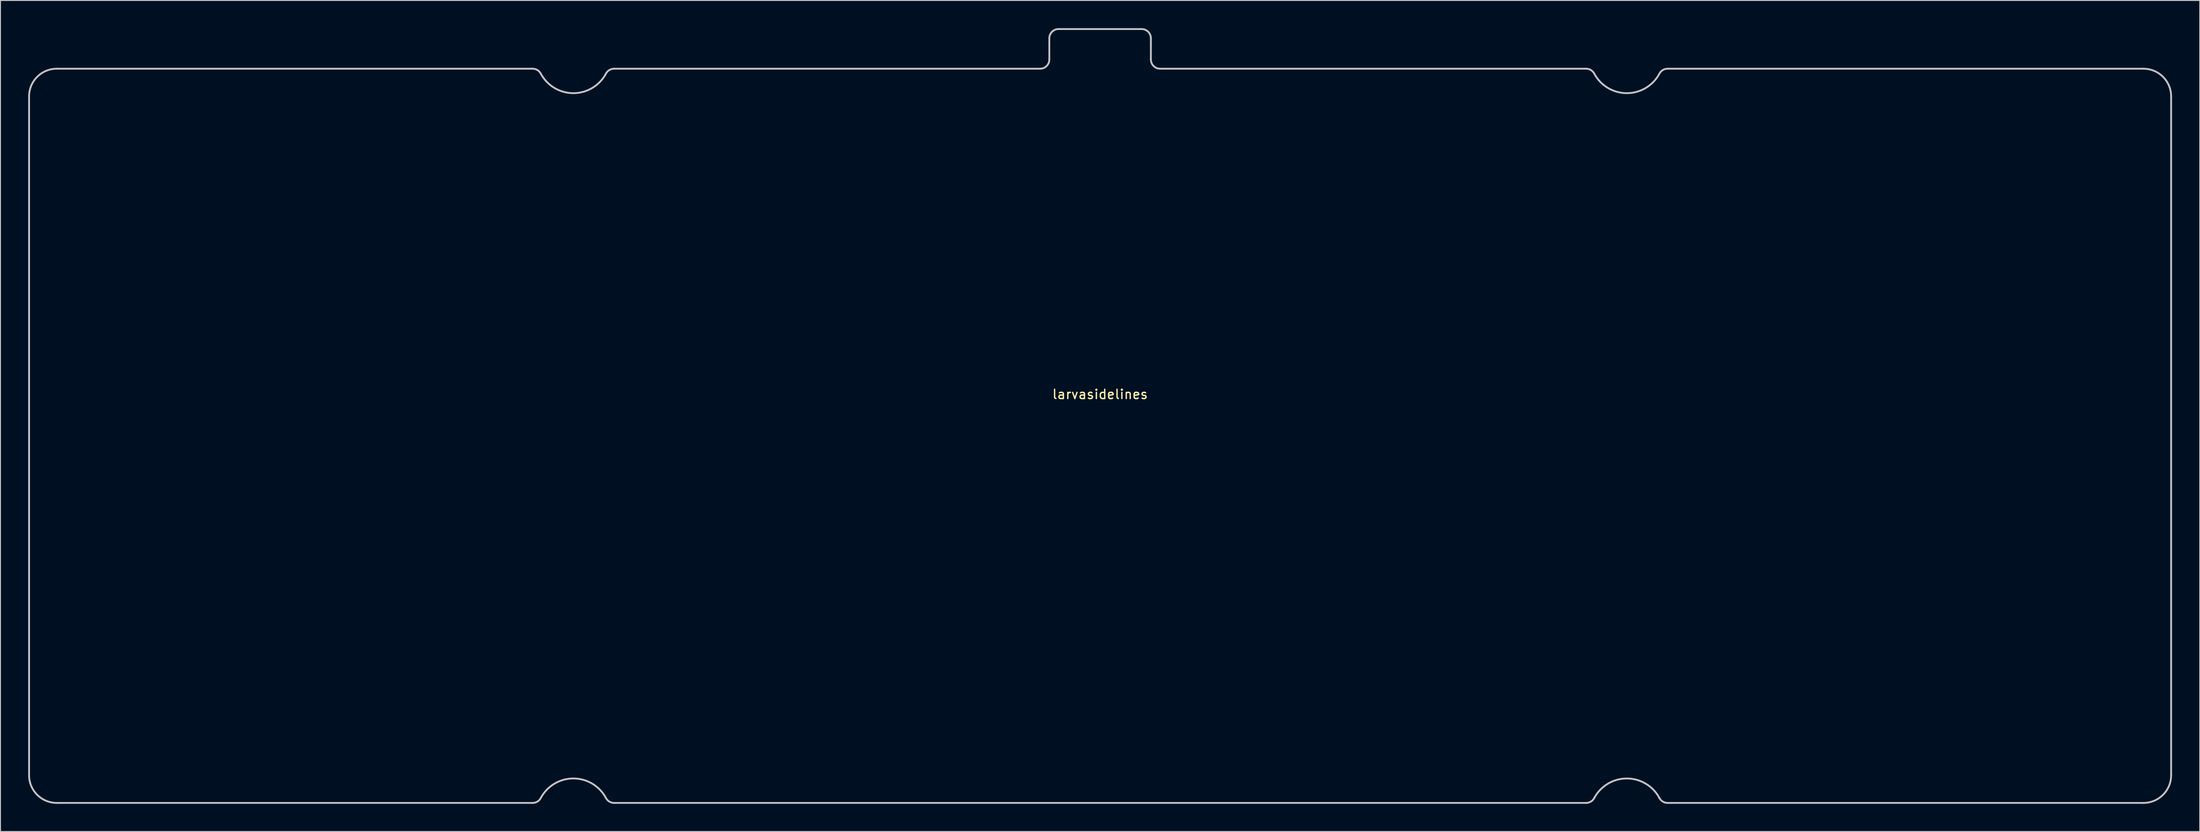
<source format=kicad_pcb>
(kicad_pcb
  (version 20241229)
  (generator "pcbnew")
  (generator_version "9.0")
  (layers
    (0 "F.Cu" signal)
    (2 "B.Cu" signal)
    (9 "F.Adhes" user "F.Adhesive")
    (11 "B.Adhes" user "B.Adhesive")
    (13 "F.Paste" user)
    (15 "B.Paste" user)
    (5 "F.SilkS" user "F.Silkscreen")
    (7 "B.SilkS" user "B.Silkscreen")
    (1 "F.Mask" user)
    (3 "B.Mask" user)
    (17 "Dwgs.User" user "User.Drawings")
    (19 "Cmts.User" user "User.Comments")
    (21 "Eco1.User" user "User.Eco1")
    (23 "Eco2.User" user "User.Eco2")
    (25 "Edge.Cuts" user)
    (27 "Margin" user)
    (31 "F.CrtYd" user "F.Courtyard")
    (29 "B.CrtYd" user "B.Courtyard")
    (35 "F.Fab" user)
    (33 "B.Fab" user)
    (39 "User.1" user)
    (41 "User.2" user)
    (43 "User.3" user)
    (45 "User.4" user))
  (footprint "larvasidelines"
    (layer "F.Cu")
    (at 116.1 44.2)
    (property "Reference" "larvasidelines" (at 0 -4.5 0) (layer "F.SilkS") (effects (font (size 1 1) (thickness 0.15))))
    (attr through_hole)
    (fp_line (start -114 36) (end -114 -36) (stroke (width 1) (type solid)) (layer "F.Mask"))
    (fp_line (start 114 -36) (end 114 36) (stroke (width 1) (type solid)) (layer "F.Mask"))
    (fp_arc (start -114 -36) (mid -113.531371 -37.131371) (end -112.4 -37.6) (stroke (width 1) (type solid)) (layer "F.Mask"))
    (fp_arc (start -112.4 37.6) (mid -113.531371 37.131371) (end -114 36) (stroke (width 1) (type solid)) (layer "F.Mask"))
    (fp_arc (start 112.4 -37.6) (mid 113.531371 -37.131371) (end 114 -36) (stroke (width 1) (type solid)) (layer "F.Mask"))
    (fp_arc (start 114 36) (mid 113.531371 37.131371) (end 112.4 37.6) (stroke (width 1) (type solid)) (layer "F.Mask"))
    (fp_line (start -116 36.8) (end -116 -36.8) (stroke (width 0.2) (type solid)) (layer "Dwgs.User"))
    (fp_line (start -113 -39.8) (end -61.463 -39.8) (stroke (width 0.2) (type solid)) (layer "Dwgs.User"))
    (fp_line (start -61.463 39.8) (end -113 39.8) (stroke (width 0.2) (type solid)) (layer "Dwgs.User"))
    (fp_line (start -52.637 -39.8) (end -6.5 -39.8) (stroke (width 0.2) (type solid)) (layer "Dwgs.User"))
    (fp_line (start -5.5 -43.1) (end -5.5 -42.4) (stroke (width 0.2) (type solid)) (layer "Dwgs.User"))
    (fp_line (start -5.5 -40.8) (end -5.5 -42.4) (stroke (width 0.2) (type solid)) (layer "Dwgs.User"))
    (fp_line (start -4.5 -44.1) (end 4.5 -44.1) (stroke (width 0.2) (type solid)) (layer "Dwgs.User"))
    (fp_line (start 5.5 -43.1) (end 5.5 -42.4) (stroke (width 0.2) (type solid)) (layer "Dwgs.User"))
    (fp_line (start 5.5 -42.4) (end 5.5 -40.8) (stroke (width 0.2) (type solid)) (layer "Dwgs.User"))
    (fp_line (start 6.5 -39.8) (end 52.637 -39.8) (stroke (width 0.2) (type solid)) (layer "Dwgs.User"))
    (fp_line (start 52.637 39.8) (end -52.637 39.8) (stroke (width 0.2) (type solid)) (layer "Dwgs.User"))
    (fp_line (start 61.463 -39.8) (end 113 -39.8) (stroke (width 0.2) (type solid)) (layer "Dwgs.User"))
    (fp_line (start 113 39.8) (end 61.463 39.8) (stroke (width 0.2) (type solid)) (layer "Dwgs.User"))
    (fp_line (start 116 -36.8) (end 116 36.8) (stroke (width 0.2) (type solid)) (layer "Dwgs.User"))
    (fp_arc (start -116.000001 -36.799999) (mid -115.121321 -38.92132) (end -113 -39.8) (stroke (width 0.2) (type solid)) (layer "Dwgs.User"))
    (fp_arc (start -113 39.799999) (mid -115.12132 38.921319) (end -116 36.799999) (stroke (width 0.2) (type solid)) (layer "Dwgs.User"))
    (fp_arc (start -61.463331 -39.8) (mid -60.94855 -39.657321) (end -60.580665 -39.269999) (stroke (width 0.2) (type solid)) (layer "Dwgs.User"))
    (fp_arc (start -60.580666 39.27) (mid -60.948551 39.657321) (end -61.463332 39.8) (stroke (width 0.2) (type solid)) (layer "Dwgs.User"))
    (fp_arc (start -60.580666 39.27) (mid -57.05 37.15) (end -53.519334 39.27) (stroke (width 0.2) (type solid)) (layer "Dwgs.User"))
    (fp_arc (start -53.519334 -39.270001) (mid -57.049999 -37.15) (end -60.580665 -39.269999) (stroke (width 0.2) (type solid)) (layer "Dwgs.User"))
    (fp_arc (start -53.519333 -39.27) (mid -53.151448 -39.657321) (end -52.636667 -39.8) (stroke (width 0.2) (type solid)) (layer "Dwgs.User"))
    (fp_arc (start -52.636668 39.8) (mid -53.151449 39.657321) (end -53.519334 39.269999) (stroke (width 0.2) (type solid)) (layer "Dwgs.User"))
    (fp_arc (start -5.5 -43.099999) (mid -5.207106 -43.807106) (end -4.499999 -44.1) (stroke (width 0.2) (type solid)) (layer "Dwgs.User"))
    (fp_arc (start -5.499999 -40.8) (mid -5.792892 -40.092893) (end -6.499999 -39.8) (stroke (width 0.2) (type solid)) (layer "Dwgs.User"))
    (fp_arc (start 4.5 -44.1) (mid 5.207107 -43.807107) (end 5.5 -43.1) (stroke (width 0.2) (type solid)) (layer "Dwgs.User"))
    (fp_arc (start 6.5 -39.8) (mid 5.792893 -40.092893) (end 5.5 -40.8) (stroke (width 0.2) (type solid)) (layer "Dwgs.User"))
    (fp_arc (start 52.636667 -39.800001) (mid 53.151449 -39.657322) (end 53.519334 -39.27) (stroke (width 0.2) (type solid)) (layer "Dwgs.User"))
    (fp_arc (start 53.519333 39.27) (mid 53.151448 39.657321) (end 52.636667 39.8) (stroke (width 0.2) (type solid)) (layer "Dwgs.User"))
    (fp_arc (start 53.519335 39.270001) (mid 57.05 37.150001) (end 60.580665 39.27) (stroke (width 0.2) (type solid)) (layer "Dwgs.User"))
    (fp_arc (start 60.580666 -39.27) (mid 60.948551 -39.657321) (end 61.463332 -39.8) (stroke (width 0.2) (type solid)) (layer "Dwgs.User"))
    (fp_arc (start 60.580667 -39.27) (mid 57.050001 -37.149999) (end 53.519334 -39.269999) (stroke (width 0.2) (type solid)) (layer "Dwgs.User"))
    (fp_arc (start 61.463332 39.800001) (mid 60.94855 39.657322) (end 60.580665 39.27) (stroke (width 0.2) (type solid)) (layer "Dwgs.User"))
    (fp_arc (start 113 -39.799999) (mid 115.12132 -38.921319) (end 116 -36.799999) (stroke (width 0.2) (type solid)) (layer "Dwgs.User"))
    (fp_arc (start 116 36.8) (mid 115.12132 38.92132) (end 113 39.8) (stroke (width 0.2) (type solid)) (layer "Dwgs.User")))
  (gr_rect
    (start -3 -3)
    (end 235.2 87.1)
    (stroke (width 0.1) (type default))
    (fill no)
    (layer "Edge.Cuts")))
</source>
